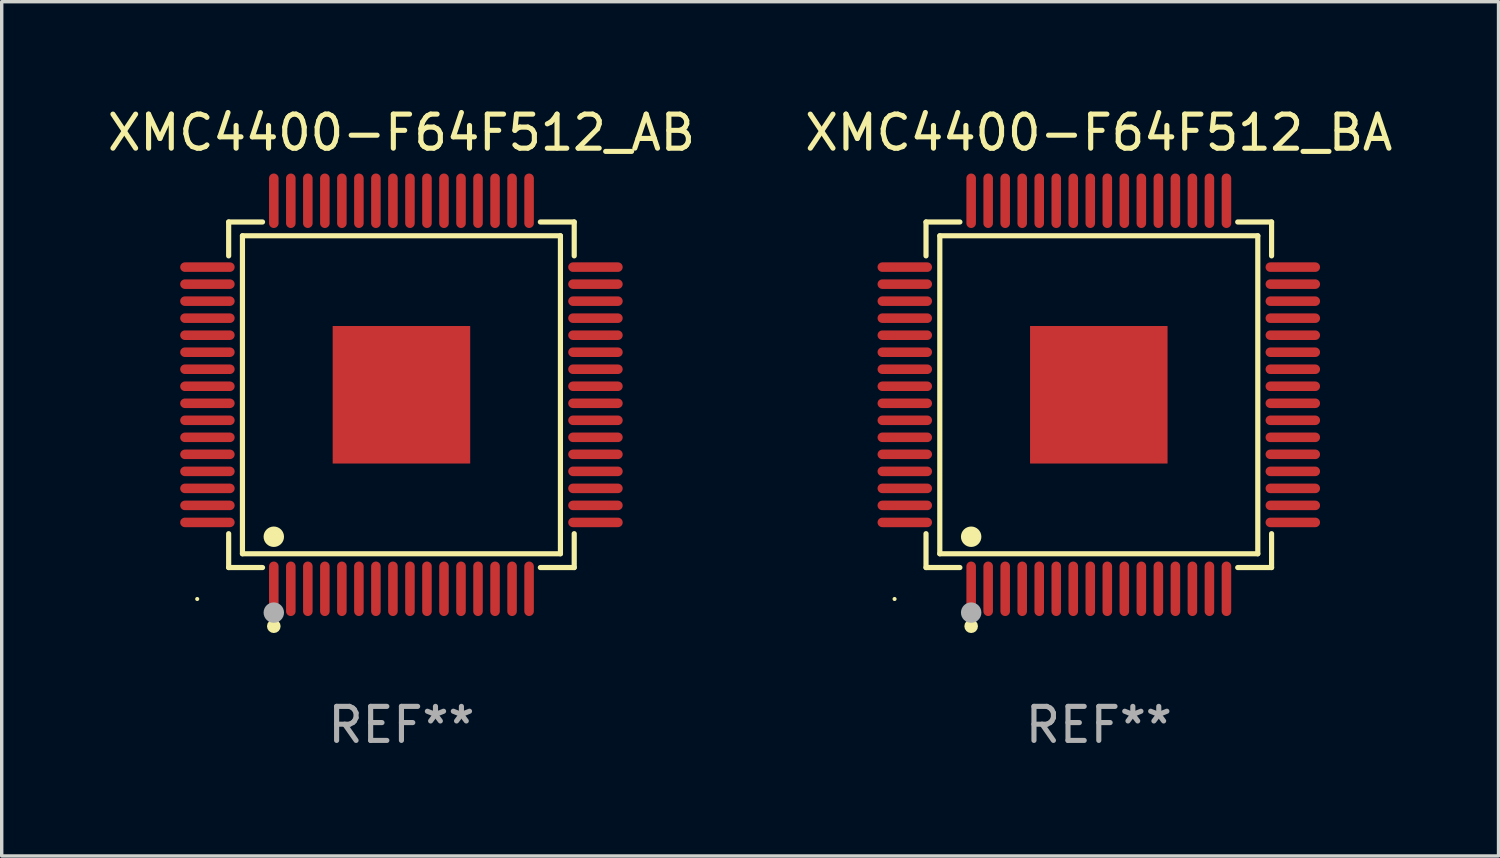
<source format=kicad_pcb>
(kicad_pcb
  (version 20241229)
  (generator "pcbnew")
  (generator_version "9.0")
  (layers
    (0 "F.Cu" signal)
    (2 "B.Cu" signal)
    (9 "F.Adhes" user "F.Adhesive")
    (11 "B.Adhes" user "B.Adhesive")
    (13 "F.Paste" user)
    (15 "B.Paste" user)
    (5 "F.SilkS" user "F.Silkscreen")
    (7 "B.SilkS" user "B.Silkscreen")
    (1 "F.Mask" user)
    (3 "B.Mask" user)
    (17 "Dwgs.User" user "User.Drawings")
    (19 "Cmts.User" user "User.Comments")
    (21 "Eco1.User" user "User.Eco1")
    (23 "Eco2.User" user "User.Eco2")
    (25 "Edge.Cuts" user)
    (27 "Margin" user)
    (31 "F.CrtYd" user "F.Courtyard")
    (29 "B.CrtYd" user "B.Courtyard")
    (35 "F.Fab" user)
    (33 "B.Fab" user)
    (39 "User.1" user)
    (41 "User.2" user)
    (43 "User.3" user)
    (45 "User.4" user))
  (footprint "XMC4400-F64F512_AB"
    (layer "F.Cu")
    (at 8.744 8.548)
    (property "Reference" "XMC4400-F64F512_AB" (at 0 -7.7 0) (layer "F.SilkS") (effects (font (size 1 1) (thickness 0.15))))
    (attr through_hole)
    (fp_line (start -5.076 -5.076) (end -4.081 -5.076) (stroke (width 0.152) (type solid)) (layer "F.SilkS"))
    (fp_line (start -5.076 -4.081) (end -5.076 -5.076) (stroke (width 0.152) (type solid)) (layer "F.SilkS"))
    (fp_line (start -5.076 4.081) (end -5.076 5.076) (stroke (width 0.152) (type solid)) (layer "F.SilkS"))
    (fp_line (start -5.076 5.076) (end -4.081 5.076) (stroke (width 0.152) (type solid)) (layer "F.SilkS"))
    (fp_line (start -4.671 -4.671) (end 4.671 -4.671) (stroke (width 0.152) (type solid)) (layer "F.SilkS"))
    (fp_line (start -4.671 4.671) (end -4.671 -4.671) (stroke (width 0.152) (type solid)) (layer "F.SilkS"))
    (fp_line (start 4.671 -4.671) (end 4.671 4.671) (stroke (width 0.152) (type solid)) (layer "F.SilkS"))
    (fp_line (start 4.671 4.671) (end -4.671 4.671) (stroke (width 0.152) (type solid)) (layer "F.SilkS"))
    (fp_line (start 5.076 -5.076) (end 4.081 -5.076) (stroke (width 0.152) (type solid)) (layer "F.SilkS"))
    (fp_line (start 5.076 -4.081) (end 5.076 -5.076) (stroke (width 0.152) (type solid)) (layer "F.SilkS"))
    (fp_line (start 5.076 4.081) (end 5.076 5.076) (stroke (width 0.152) (type solid)) (layer "F.SilkS"))
    (fp_line (start 5.076 5.076) (end 4.081 5.076) (stroke (width 0.152) (type solid)) (layer "F.SilkS"))
    (fp_circle (center -6 6) (end -5.97 6) (stroke (width 0.06) (type solid)) (fill no) (layer "F.SilkS"))
    (fp_circle (center -3.75 4.171) (end -3.6 4.171) (stroke (width 0.3) (type solid)) (fill no) (layer "F.SilkS"))
    (fp_circle (center -3.75 6.8) (end -3.65 6.8) (stroke (width 0.2) (type solid)) (fill no) (layer "F.SilkS"))
    (fp_circle (center -3.75 6.4) (end -3.6 6.4) (stroke (width 0.3) (type solid)) (fill no) (layer "F.Fab"))
    (fp_text user "REF**" (at 0 9.7 0) (layer "F.Fab") (effects (font (size 1 1) (thickness 0.15))))
    (pad "1" smd oval (at -3.75 5.7) (size 0.28 1.6) (layers "F.Cu" "F.Mask" "F.Paste"))
    (pad "2" smd oval (at -3.25 5.7) (size 0.28 1.6) (layers "F.Cu" "F.Mask" "F.Paste"))
    (pad "3" smd oval (at -2.75 5.7) (size 0.28 1.6) (layers "F.Cu" "F.Mask" "F.Paste"))
    (pad "4" smd oval (at -2.25 5.7) (size 0.28 1.6) (layers "F.Cu" "F.Mask" "F.Paste"))
    (pad "5" smd oval (at -1.75 5.7) (size 0.28 1.6) (layers "F.Cu" "F.Mask" "F.Paste"))
    (pad "6" smd oval (at -1.25 5.7) (size 0.28 1.6) (layers "F.Cu" "F.Mask" "F.Paste"))
    (pad "7" smd oval (at -0.75 5.7) (size 0.28 1.6) (layers "F.Cu" "F.Mask" "F.Paste"))
    (pad "8" smd oval (at -0.25 5.7) (size 0.28 1.6) (layers "F.Cu" "F.Mask" "F.Paste"))
    (pad "9" smd oval (at 0.25 5.7) (size 0.28 1.6) (layers "F.Cu" "F.Mask" "F.Paste"))
    (pad "10" smd oval (at 0.75 5.7) (size 0.28 1.6) (layers "F.Cu" "F.Mask" "F.Paste"))
    (pad "11" smd oval (at 1.25 5.7) (size 0.28 1.6) (layers "F.Cu" "F.Mask" "F.Paste"))
    (pad "12" smd oval (at 1.75 5.7) (size 0.28 1.6) (layers "F.Cu" "F.Mask" "F.Paste"))
    (pad "13" smd oval (at 2.25 5.7) (size 0.28 1.6) (layers "F.Cu" "F.Mask" "F.Paste"))
    (pad "14" smd oval (at 2.75 5.7) (size 0.28 1.6) (layers "F.Cu" "F.Mask" "F.Paste"))
    (pad "15" smd oval (at 3.25 5.7) (size 0.28 1.6) (layers "F.Cu" "F.Mask" "F.Paste"))
    (pad "16" smd oval (at 3.75 5.7) (size 0.28 1.6) (layers "F.Cu" "F.Mask" "F.Paste"))
    (pad "17" smd oval (at 5.7 3.75) (size 1.6 0.28) (layers "F.Cu" "F.Mask" "F.Paste"))
    (pad "18" smd oval (at 5.7 3.25) (size 1.6 0.28) (layers "F.Cu" "F.Mask" "F.Paste"))
    (pad "19" smd oval (at 5.7 2.75) (size 1.6 0.28) (layers "F.Cu" "F.Mask" "F.Paste"))
    (pad "20" smd oval (at 5.7 2.25) (size 1.6 0.28) (layers "F.Cu" "F.Mask" "F.Paste"))
    (pad "21" smd oval (at 5.7 1.75) (size 1.6 0.28) (layers "F.Cu" "F.Mask" "F.Paste"))
    (pad "22" smd oval (at 5.7 1.25) (size 1.6 0.28) (layers "F.Cu" "F.Mask" "F.Paste"))
    (pad "23" smd oval (at 5.7 0.75) (size 1.6 0.28) (layers "F.Cu" "F.Mask" "F.Paste"))
    (pad "24" smd oval (at 5.7 0.25) (size 1.6 0.28) (layers "F.Cu" "F.Mask" "F.Paste"))
    (pad "25" smd oval (at 5.7 -0.25) (size 1.6 0.28) (layers "F.Cu" "F.Mask" "F.Paste"))
    (pad "26" smd oval (at 5.7 -0.75) (size 1.6 0.28) (layers "F.Cu" "F.Mask" "F.Paste"))
    (pad "27" smd oval (at 5.7 -1.25) (size 1.6 0.28) (layers "F.Cu" "F.Mask" "F.Paste"))
    (pad "28" smd oval (at 5.7 -1.75) (size 1.6 0.28) (layers "F.Cu" "F.Mask" "F.Paste"))
    (pad "29" smd oval (at 5.7 -2.25) (size 1.6 0.28) (layers "F.Cu" "F.Mask" "F.Paste"))
    (pad "30" smd oval (at 5.7 -2.75) (size 1.6 0.28) (layers "F.Cu" "F.Mask" "F.Paste"))
    (pad "31" smd oval (at 5.7 -3.25) (size 1.6 0.28) (layers "F.Cu" "F.Mask" "F.Paste"))
    (pad "32" smd oval (at 5.7 -3.75) (size 1.6 0.28) (layers "F.Cu" "F.Mask" "F.Paste"))
    (pad "33" smd oval (at 3.75 -5.7) (size 0.28 1.6) (layers "F.Cu" "F.Mask" "F.Paste"))
    (pad "34" smd oval (at 3.25 -5.7) (size 0.28 1.6) (layers "F.Cu" "F.Mask" "F.Paste"))
    (pad "35" smd oval (at 2.75 -5.7) (size 0.28 1.6) (layers "F.Cu" "F.Mask" "F.Paste"))
    (pad "36" smd oval (at 2.25 -5.7) (size 0.28 1.6) (layers "F.Cu" "F.Mask" "F.Paste"))
    (pad "37" smd oval (at 1.75 -5.7) (size 0.28 1.6) (layers "F.Cu" "F.Mask" "F.Paste"))
    (pad "38" smd oval (at 1.25 -5.7) (size 0.28 1.6) (layers "F.Cu" "F.Mask" "F.Paste"))
    (pad "39" smd oval (at 0.75 -5.7) (size 0.28 1.6) (layers "F.Cu" "F.Mask" "F.Paste"))
    (pad "40" smd oval (at 0.25 -5.7) (size 0.28 1.6) (layers "F.Cu" "F.Mask" "F.Paste"))
    (pad "41" smd oval (at -0.25 -5.7) (size 0.28 1.6) (layers "F.Cu" "F.Mask" "F.Paste"))
    (pad "42" smd oval (at -0.75 -5.7) (size 0.28 1.6) (layers "F.Cu" "F.Mask" "F.Paste"))
    (pad "43" smd oval (at -1.25 -5.7) (size 0.28 1.6) (layers "F.Cu" "F.Mask" "F.Paste"))
    (pad "44" smd oval (at -1.75 -5.7) (size 0.28 1.6) (layers "F.Cu" "F.Mask" "F.Paste"))
    (pad "45" smd oval (at -2.25 -5.7) (size 0.28 1.6) (layers "F.Cu" "F.Mask" "F.Paste"))
    (pad "46" smd oval (at -2.75 -5.7) (size 0.28 1.6) (layers "F.Cu" "F.Mask" "F.Paste"))
    (pad "47" smd oval (at -3.25 -5.7) (size 0.28 1.6) (layers "F.Cu" "F.Mask" "F.Paste"))
    (pad "48" smd oval (at -3.75 -5.7) (size 0.28 1.6) (layers "F.Cu" "F.Mask" "F.Paste"))
    (pad "49" smd oval (at -5.7 -3.75) (size 1.6 0.28) (layers "F.Cu" "F.Mask" "F.Paste"))
    (pad "50" smd oval (at -5.7 -3.25) (size 1.6 0.28) (layers "F.Cu" "F.Mask" "F.Paste"))
    (pad "51" smd oval (at -5.7 -2.75) (size 1.6 0.28) (layers "F.Cu" "F.Mask" "F.Paste"))
    (pad "52" smd oval (at -5.7 -2.25) (size 1.6 0.28) (layers "F.Cu" "F.Mask" "F.Paste"))
    (pad "53" smd oval (at -5.7 -1.75) (size 1.6 0.28) (layers "F.Cu" "F.Mask" "F.Paste"))
    (pad "54" smd oval (at -5.7 -1.25) (size 1.6 0.28) (layers "F.Cu" "F.Mask" "F.Paste"))
    (pad "55" smd oval (at -5.7 -0.75) (size 1.6 0.28) (layers "F.Cu" "F.Mask" "F.Paste"))
    (pad "56" smd oval (at -5.7 -0.25) (size 1.6 0.28) (layers "F.Cu" "F.Mask" "F.Paste"))
    (pad "57" smd oval (at -5.7 0.25) (size 1.6 0.28) (layers "F.Cu" "F.Mask" "F.Paste"))
    (pad "58" smd oval (at -5.7 0.75) (size 1.6 0.28) (layers "F.Cu" "F.Mask" "F.Paste"))
    (pad "59" smd oval (at -5.7 1.25) (size 1.6 0.28) (layers "F.Cu" "F.Mask" "F.Paste"))
    (pad "60" smd oval (at -5.7 1.75) (size 1.6 0.28) (layers "F.Cu" "F.Mask" "F.Paste"))
    (pad "61" smd oval (at -5.7 2.25) (size 1.6 0.28) (layers "F.Cu" "F.Mask" "F.Paste"))
    (pad "62" smd oval (at -5.7 2.75) (size 1.6 0.28) (layers "F.Cu" "F.Mask" "F.Paste"))
    (pad "63" smd oval (at -5.7 3.25) (size 1.6 0.28) (layers "F.Cu" "F.Mask" "F.Paste"))
    (pad "64" smd oval (at -5.7 3.75) (size 1.6 0.28) (layers "F.Cu" "F.Mask" "F.Paste"))
    (pad "65" smd rect (at 0 0) (size 4.04 4.04) (layers "F.Cu" "F.Mask" "F.Paste")))
  (footprint "XMC4400-F64F512_BA"
    (layer "F.Cu")
    (at 29.232 8.548)
    (property "Reference" "XMC4400-F64F512_BA" (at 0 -7.7 0) (layer "F.SilkS") (effects (font (size 1 1) (thickness 0.15))))
    (attr through_hole)
    (fp_line (start -5.076 -5.076) (end -4.081 -5.076) (stroke (width 0.152) (type solid)) (layer "F.SilkS"))
    (fp_line (start -5.076 -4.081) (end -5.076 -5.076) (stroke (width 0.152) (type solid)) (layer "F.SilkS"))
    (fp_line (start -5.076 4.081) (end -5.076 5.076) (stroke (width 0.152) (type solid)) (layer "F.SilkS"))
    (fp_line (start -5.076 5.076) (end -4.081 5.076) (stroke (width 0.152) (type solid)) (layer "F.SilkS"))
    (fp_line (start -4.671 -4.671) (end 4.671 -4.671) (stroke (width 0.152) (type solid)) (layer "F.SilkS"))
    (fp_line (start -4.671 4.671) (end -4.671 -4.671) (stroke (width 0.152) (type solid)) (layer "F.SilkS"))
    (fp_line (start 4.671 -4.671) (end 4.671 4.671) (stroke (width 0.152) (type solid)) (layer "F.SilkS"))
    (fp_line (start 4.671 4.671) (end -4.671 4.671) (stroke (width 0.152) (type solid)) (layer "F.SilkS"))
    (fp_line (start 5.076 -5.076) (end 4.081 -5.076) (stroke (width 0.152) (type solid)) (layer "F.SilkS"))
    (fp_line (start 5.076 -4.081) (end 5.076 -5.076) (stroke (width 0.152) (type solid)) (layer "F.SilkS"))
    (fp_line (start 5.076 4.081) (end 5.076 5.076) (stroke (width 0.152) (type solid)) (layer "F.SilkS"))
    (fp_line (start 5.076 5.076) (end 4.081 5.076) (stroke (width 0.152) (type solid)) (layer "F.SilkS"))
    (fp_circle (center -6 6) (end -5.97 6) (stroke (width 0.06) (type solid)) (fill no) (layer "F.SilkS"))
    (fp_circle (center -3.75 4.171) (end -3.6 4.171) (stroke (width 0.3) (type solid)) (fill no) (layer "F.SilkS"))
    (fp_circle (center -3.75 6.8) (end -3.65 6.8) (stroke (width 0.2) (type solid)) (fill no) (layer "F.SilkS"))
    (fp_circle (center -3.75 6.4) (end -3.6 6.4) (stroke (width 0.3) (type solid)) (fill no) (layer "F.Fab"))
    (fp_text user "REF**" (at 0 9.7 0) (layer "F.Fab") (effects (font (size 1 1) (thickness 0.15))))
    (pad "1" smd oval (at -3.75 5.7) (size 0.28 1.6) (layers "F.Cu" "F.Mask" "F.Paste"))
    (pad "2" smd oval (at -3.25 5.7) (size 0.28 1.6) (layers "F.Cu" "F.Mask" "F.Paste"))
    (pad "3" smd oval (at -2.75 5.7) (size 0.28 1.6) (layers "F.Cu" "F.Mask" "F.Paste"))
    (pad "4" smd oval (at -2.25 5.7) (size 0.28 1.6) (layers "F.Cu" "F.Mask" "F.Paste"))
    (pad "5" smd oval (at -1.75 5.7) (size 0.28 1.6) (layers "F.Cu" "F.Mask" "F.Paste"))
    (pad "6" smd oval (at -1.25 5.7) (size 0.28 1.6) (layers "F.Cu" "F.Mask" "F.Paste"))
    (pad "7" smd oval (at -0.75 5.7) (size 0.28 1.6) (layers "F.Cu" "F.Mask" "F.Paste"))
    (pad "8" smd oval (at -0.25 5.7) (size 0.28 1.6) (layers "F.Cu" "F.Mask" "F.Paste"))
    (pad "9" smd oval (at 0.25 5.7) (size 0.28 1.6) (layers "F.Cu" "F.Mask" "F.Paste"))
    (pad "10" smd oval (at 0.75 5.7) (size 0.28 1.6) (layers "F.Cu" "F.Mask" "F.Paste"))
    (pad "11" smd oval (at 1.25 5.7) (size 0.28 1.6) (layers "F.Cu" "F.Mask" "F.Paste"))
    (pad "12" smd oval (at 1.75 5.7) (size 0.28 1.6) (layers "F.Cu" "F.Mask" "F.Paste"))
    (pad "13" smd oval (at 2.25 5.7) (size 0.28 1.6) (layers "F.Cu" "F.Mask" "F.Paste"))
    (pad "14" smd oval (at 2.75 5.7) (size 0.28 1.6) (layers "F.Cu" "F.Mask" "F.Paste"))
    (pad "15" smd oval (at 3.25 5.7) (size 0.28 1.6) (layers "F.Cu" "F.Mask" "F.Paste"))
    (pad "16" smd oval (at 3.75 5.7) (size 0.28 1.6) (layers "F.Cu" "F.Mask" "F.Paste"))
    (pad "17" smd oval (at 5.7 3.75) (size 1.6 0.28) (layers "F.Cu" "F.Mask" "F.Paste"))
    (pad "18" smd oval (at 5.7 3.25) (size 1.6 0.28) (layers "F.Cu" "F.Mask" "F.Paste"))
    (pad "19" smd oval (at 5.7 2.75) (size 1.6 0.28) (layers "F.Cu" "F.Mask" "F.Paste"))
    (pad "20" smd oval (at 5.7 2.25) (size 1.6 0.28) (layers "F.Cu" "F.Mask" "F.Paste"))
    (pad "21" smd oval (at 5.7 1.75) (size 1.6 0.28) (layers "F.Cu" "F.Mask" "F.Paste"))
    (pad "22" smd oval (at 5.7 1.25) (size 1.6 0.28) (layers "F.Cu" "F.Mask" "F.Paste"))
    (pad "23" smd oval (at 5.7 0.75) (size 1.6 0.28) (layers "F.Cu" "F.Mask" "F.Paste"))
    (pad "24" smd oval (at 5.7 0.25) (size 1.6 0.28) (layers "F.Cu" "F.Mask" "F.Paste"))
    (pad "25" smd oval (at 5.7 -0.25) (size 1.6 0.28) (layers "F.Cu" "F.Mask" "F.Paste"))
    (pad "26" smd oval (at 5.7 -0.75) (size 1.6 0.28) (layers "F.Cu" "F.Mask" "F.Paste"))
    (pad "27" smd oval (at 5.7 -1.25) (size 1.6 0.28) (layers "F.Cu" "F.Mask" "F.Paste"))
    (pad "28" smd oval (at 5.7 -1.75) (size 1.6 0.28) (layers "F.Cu" "F.Mask" "F.Paste"))
    (pad "29" smd oval (at 5.7 -2.25) (size 1.6 0.28) (layers "F.Cu" "F.Mask" "F.Paste"))
    (pad "30" smd oval (at 5.7 -2.75) (size 1.6 0.28) (layers "F.Cu" "F.Mask" "F.Paste"))
    (pad "31" smd oval (at 5.7 -3.25) (size 1.6 0.28) (layers "F.Cu" "F.Mask" "F.Paste"))
    (pad "32" smd oval (at 5.7 -3.75) (size 1.6 0.28) (layers "F.Cu" "F.Mask" "F.Paste"))
    (pad "33" smd oval (at 3.75 -5.7) (size 0.28 1.6) (layers "F.Cu" "F.Mask" "F.Paste"))
    (pad "34" smd oval (at 3.25 -5.7) (size 0.28 1.6) (layers "F.Cu" "F.Mask" "F.Paste"))
    (pad "35" smd oval (at 2.75 -5.7) (size 0.28 1.6) (layers "F.Cu" "F.Mask" "F.Paste"))
    (pad "36" smd oval (at 2.25 -5.7) (size 0.28 1.6) (layers "F.Cu" "F.Mask" "F.Paste"))
    (pad "37" smd oval (at 1.75 -5.7) (size 0.28 1.6) (layers "F.Cu" "F.Mask" "F.Paste"))
    (pad "38" smd oval (at 1.25 -5.7) (size 0.28 1.6) (layers "F.Cu" "F.Mask" "F.Paste"))
    (pad "39" smd oval (at 0.75 -5.7) (size 0.28 1.6) (layers "F.Cu" "F.Mask" "F.Paste"))
    (pad "40" smd oval (at 0.25 -5.7) (size 0.28 1.6) (layers "F.Cu" "F.Mask" "F.Paste"))
    (pad "41" smd oval (at -0.25 -5.7) (size 0.28 1.6) (layers "F.Cu" "F.Mask" "F.Paste"))
    (pad "42" smd oval (at -0.75 -5.7) (size 0.28 1.6) (layers "F.Cu" "F.Mask" "F.Paste"))
    (pad "43" smd oval (at -1.25 -5.7) (size 0.28 1.6) (layers "F.Cu" "F.Mask" "F.Paste"))
    (pad "44" smd oval (at -1.75 -5.7) (size 0.28 1.6) (layers "F.Cu" "F.Mask" "F.Paste"))
    (pad "45" smd oval (at -2.25 -5.7) (size 0.28 1.6) (layers "F.Cu" "F.Mask" "F.Paste"))
    (pad "46" smd oval (at -2.75 -5.7) (size 0.28 1.6) (layers "F.Cu" "F.Mask" "F.Paste"))
    (pad "47" smd oval (at -3.25 -5.7) (size 0.28 1.6) (layers "F.Cu" "F.Mask" "F.Paste"))
    (pad "48" smd oval (at -3.75 -5.7) (size 0.28 1.6) (layers "F.Cu" "F.Mask" "F.Paste"))
    (pad "49" smd oval (at -5.7 -3.75) (size 1.6 0.28) (layers "F.Cu" "F.Mask" "F.Paste"))
    (pad "50" smd oval (at -5.7 -3.25) (size 1.6 0.28) (layers "F.Cu" "F.Mask" "F.Paste"))
    (pad "51" smd oval (at -5.7 -2.75) (size 1.6 0.28) (layers "F.Cu" "F.Mask" "F.Paste"))
    (pad "52" smd oval (at -5.7 -2.25) (size 1.6 0.28) (layers "F.Cu" "F.Mask" "F.Paste"))
    (pad "53" smd oval (at -5.7 -1.75) (size 1.6 0.28) (layers "F.Cu" "F.Mask" "F.Paste"))
    (pad "54" smd oval (at -5.7 -1.25) (size 1.6 0.28) (layers "F.Cu" "F.Mask" "F.Paste"))
    (pad "55" smd oval (at -5.7 -0.75) (size 1.6 0.28) (layers "F.Cu" "F.Mask" "F.Paste"))
    (pad "56" smd oval (at -5.7 -0.25) (size 1.6 0.28) (layers "F.Cu" "F.Mask" "F.Paste"))
    (pad "57" smd oval (at -5.7 0.25) (size 1.6 0.28) (layers "F.Cu" "F.Mask" "F.Paste"))
    (pad "58" smd oval (at -5.7 0.75) (size 1.6 0.28) (layers "F.Cu" "F.Mask" "F.Paste"))
    (pad "59" smd oval (at -5.7 1.25) (size 1.6 0.28) (layers "F.Cu" "F.Mask" "F.Paste"))
    (pad "60" smd oval (at -5.7 1.75) (size 1.6 0.28) (layers "F.Cu" "F.Mask" "F.Paste"))
    (pad "61" smd oval (at -5.7 2.25) (size 1.6 0.28) (layers "F.Cu" "F.Mask" "F.Paste"))
    (pad "62" smd oval (at -5.7 2.75) (size 1.6 0.28) (layers "F.Cu" "F.Mask" "F.Paste"))
    (pad "63" smd oval (at -5.7 3.25) (size 1.6 0.28) (layers "F.Cu" "F.Mask" "F.Paste"))
    (pad "64" smd oval (at -5.7 3.75) (size 1.6 0.28) (layers "F.Cu" "F.Mask" "F.Paste"))
    (pad "65" smd rect (at 0 0) (size 4.04 4.04) (layers "F.Cu" "F.Mask" "F.Paste")))
  (gr_rect
    (start -3 -3)
    (end 40.976 22.097)
    (stroke (width 0.1) (type default))
    (fill no)
    (layer "Edge.Cuts")))
</source>
